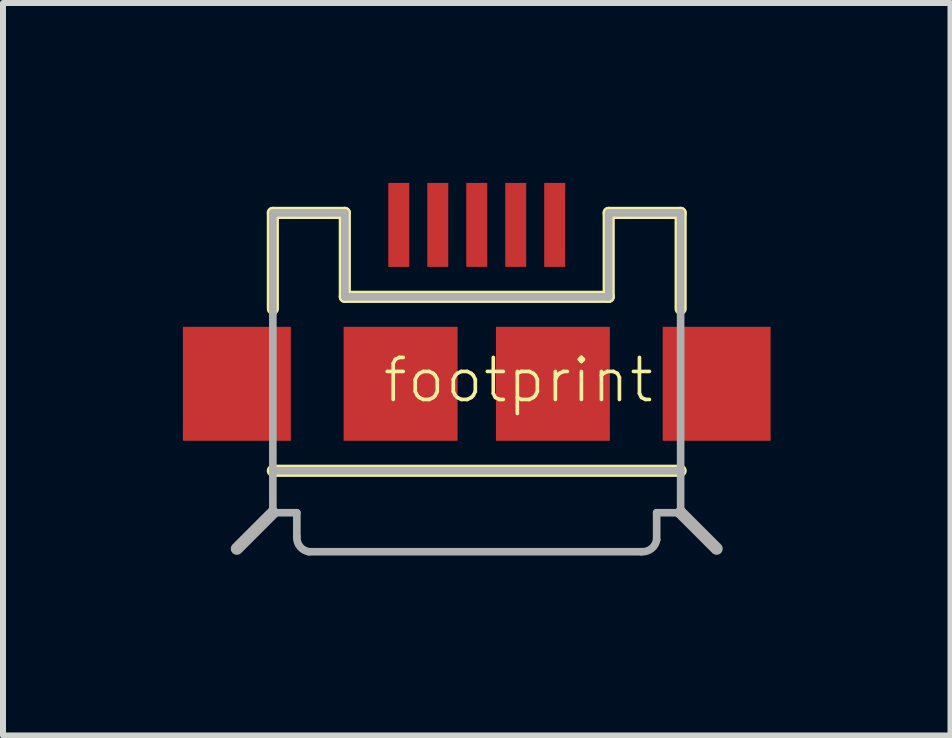
<source format=kicad_pcb>
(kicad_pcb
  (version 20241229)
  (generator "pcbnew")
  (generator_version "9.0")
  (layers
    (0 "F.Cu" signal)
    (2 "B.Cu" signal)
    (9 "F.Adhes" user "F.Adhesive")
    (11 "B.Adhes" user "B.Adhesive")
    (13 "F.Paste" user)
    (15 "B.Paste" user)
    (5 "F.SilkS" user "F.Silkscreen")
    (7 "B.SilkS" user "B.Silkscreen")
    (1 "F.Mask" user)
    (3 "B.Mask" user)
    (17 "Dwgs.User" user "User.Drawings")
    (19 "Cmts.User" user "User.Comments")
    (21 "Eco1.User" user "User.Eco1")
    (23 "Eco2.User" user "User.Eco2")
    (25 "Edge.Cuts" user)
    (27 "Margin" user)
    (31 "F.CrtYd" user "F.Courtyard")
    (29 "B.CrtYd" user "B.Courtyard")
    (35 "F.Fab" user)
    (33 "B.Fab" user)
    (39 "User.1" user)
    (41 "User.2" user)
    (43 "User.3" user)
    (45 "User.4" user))
  (footprint "footprint"
    (layer "F.Cu")
    (at 4.9 3.35)
    (property "Reference" "footprint" (at -1.6 0.35 0) (layer "F.SilkS") (effects (font (size 0.701 0.701) (thickness 0.061)) (justify left bottom)))
    (fp_line (start -3.4 -2.85) (end -2.2 -2.85) (stroke (width 0.203) (type solid)) (layer "F.SilkS"))
    (fp_line (start -3.4 -1.25) (end -3.4 -2.85) (stroke (width 0.203) (type solid)) (layer "F.SilkS"))
    (fp_line (start -3.4 1.45) (end 3.4 1.45) (stroke (width 0.203) (type solid)) (layer "F.SilkS"))
    (fp_line (start -2.2 -2.85) (end -2.2 -1.45) (stroke (width 0.203) (type solid)) (layer "F.SilkS"))
    (fp_line (start -2.2 -1.45) (end 2.2 -1.45) (stroke (width 0.203) (type solid)) (layer "F.SilkS"))
    (fp_line (start 2.2 -1.45) (end 2.2 -2.85) (stroke (width 0.203) (type solid)) (layer "F.SilkS"))
    (fp_line (start 3.4 -2.85) (end 2.2 -2.85) (stroke (width 0.203) (type solid)) (layer "F.SilkS"))
    (fp_line (start 3.4 -1.25) (end 3.4 -2.85) (stroke (width 0.203) (type solid)) (layer "F.SilkS"))
    (fp_line (start -3.4 -2.85) (end -2.2 -2.85) (stroke (width 0.127) (type solid)) (layer "F.Fab"))
    (fp_line (start -3.4 1.45) (end -3.4 -2.85) (stroke (width 0.127) (type solid)) (layer "F.Fab"))
    (fp_line (start -3.4 1.45) (end 3.4 1.45) (stroke (width 0.127) (type solid)) (layer "F.Fab"))
    (fp_line (start -3.4 2.15) (end -4 2.75) (stroke (width 0.203) (type solid)) (layer "F.Fab"))
    (fp_line (start -3.4 2.15) (end -3.4 1.45) (stroke (width 0.127) (type solid)) (layer "F.Fab"))
    (fp_line (start -3.4 2.15) (end -3 2.15) (stroke (width 0.127) (type solid)) (layer "F.Fab"))
    (fp_line (start -3 2.15) (end -3 2.55) (stroke (width 0.127) (type solid)) (layer "F.Fab"))
    (fp_line (start -2.8 2.8) (end 2.75 2.8) (stroke (width 0.127) (type solid)) (layer "F.Fab"))
    (fp_line (start -2.2 -1.45) (end -2.2 -2.85) (stroke (width 0.127) (type solid)) (layer "F.Fab"))
    (fp_line (start -2.2 -1.45) (end 2.2 -1.45) (stroke (width 0.127) (type solid)) (layer "F.Fab"))
    (fp_line (start 2.2 -1.45) (end 2.2 -2.85) (stroke (width 0.127) (type solid)) (layer "F.Fab"))
    (fp_line (start 3 2.15) (end 3.4 2.15) (stroke (width 0.127) (type solid)) (layer "F.Fab"))
    (fp_line (start 3 2.6) (end 3 2.15) (stroke (width 0.127) (type solid)) (layer "F.Fab"))
    (fp_line (start 3.4 -2.85) (end 2.2 -2.85) (stroke (width 0.127) (type solid)) (layer "F.Fab"))
    (fp_line (start 3.4 -2.85) (end 3.4 1.45) (stroke (width 0.127) (type solid)) (layer "F.Fab"))
    (fp_line (start 3.4 1.45) (end 3.4 2.15) (stroke (width 0.127) (type solid)) (layer "F.Fab"))
    (fp_line (start 3.4 2.15) (end 4 2.75) (stroke (width 0.203) (type solid)) (layer "F.Fab"))
    (fp_arc (start -2.799998 2.8) (mid -2.948325 2.713661) (end -3 2.55) (stroke (width 0.127) (type solid)) (layer "F.Fab"))
    (fp_arc (start 3 2.599998) (mid 2.913661 2.748325) (end 2.75 2.8) (stroke (width 0.127) (type solid)) (layer "F.Fab"))
    (pad "D+" smd rect (at 0 -2.65 90) (size 1.4 0.35) (layers "F.Cu" "F.Mask" "F.Paste"))
    (pad "D-" smd rect (at -0.65 -2.65 90) (size 1.4 0.35) (layers "F.Cu" "F.Mask" "F.Paste"))
    (pad "GND" smd rect (at 1.3 -2.65 90) (size 1.4 0.35) (layers "F.Cu" "F.Mask" "F.Paste"))
    (pad "ID" smd rect (at 0.65 -2.65 90) (size 1.4 0.35) (layers "F.Cu" "F.Mask" "F.Paste"))
    (pad "MT1" smd rect (at -4 0) (size 1.8 1.9) (layers "F.Cu" "F.Mask" "F.Paste"))
    (pad "MT2" smd rect (at 4 0) (size 1.8 1.9) (layers "F.Cu" "F.Mask" "F.Paste"))
    (pad "P$1" smd rect (at -1.27 0) (size 1.9 1.9) (layers "F.Cu" "F.Mask" "F.Paste"))
    (pad "P$2" smd rect (at 1.27 0) (size 1.9 1.9) (layers "F.Cu" "F.Mask" "F.Paste"))
    (pad "VBUS" smd rect (at -1.3 -2.65 90) (size 1.4 0.35) (layers "F.Cu" "F.Mask" "F.Paste")))
  (gr_rect
    (start -3 -3)
    (end 12.8 9.214)
    (stroke (width 0.1) (type default))
    (fill no)
    (layer "Edge.Cuts")))
</source>
